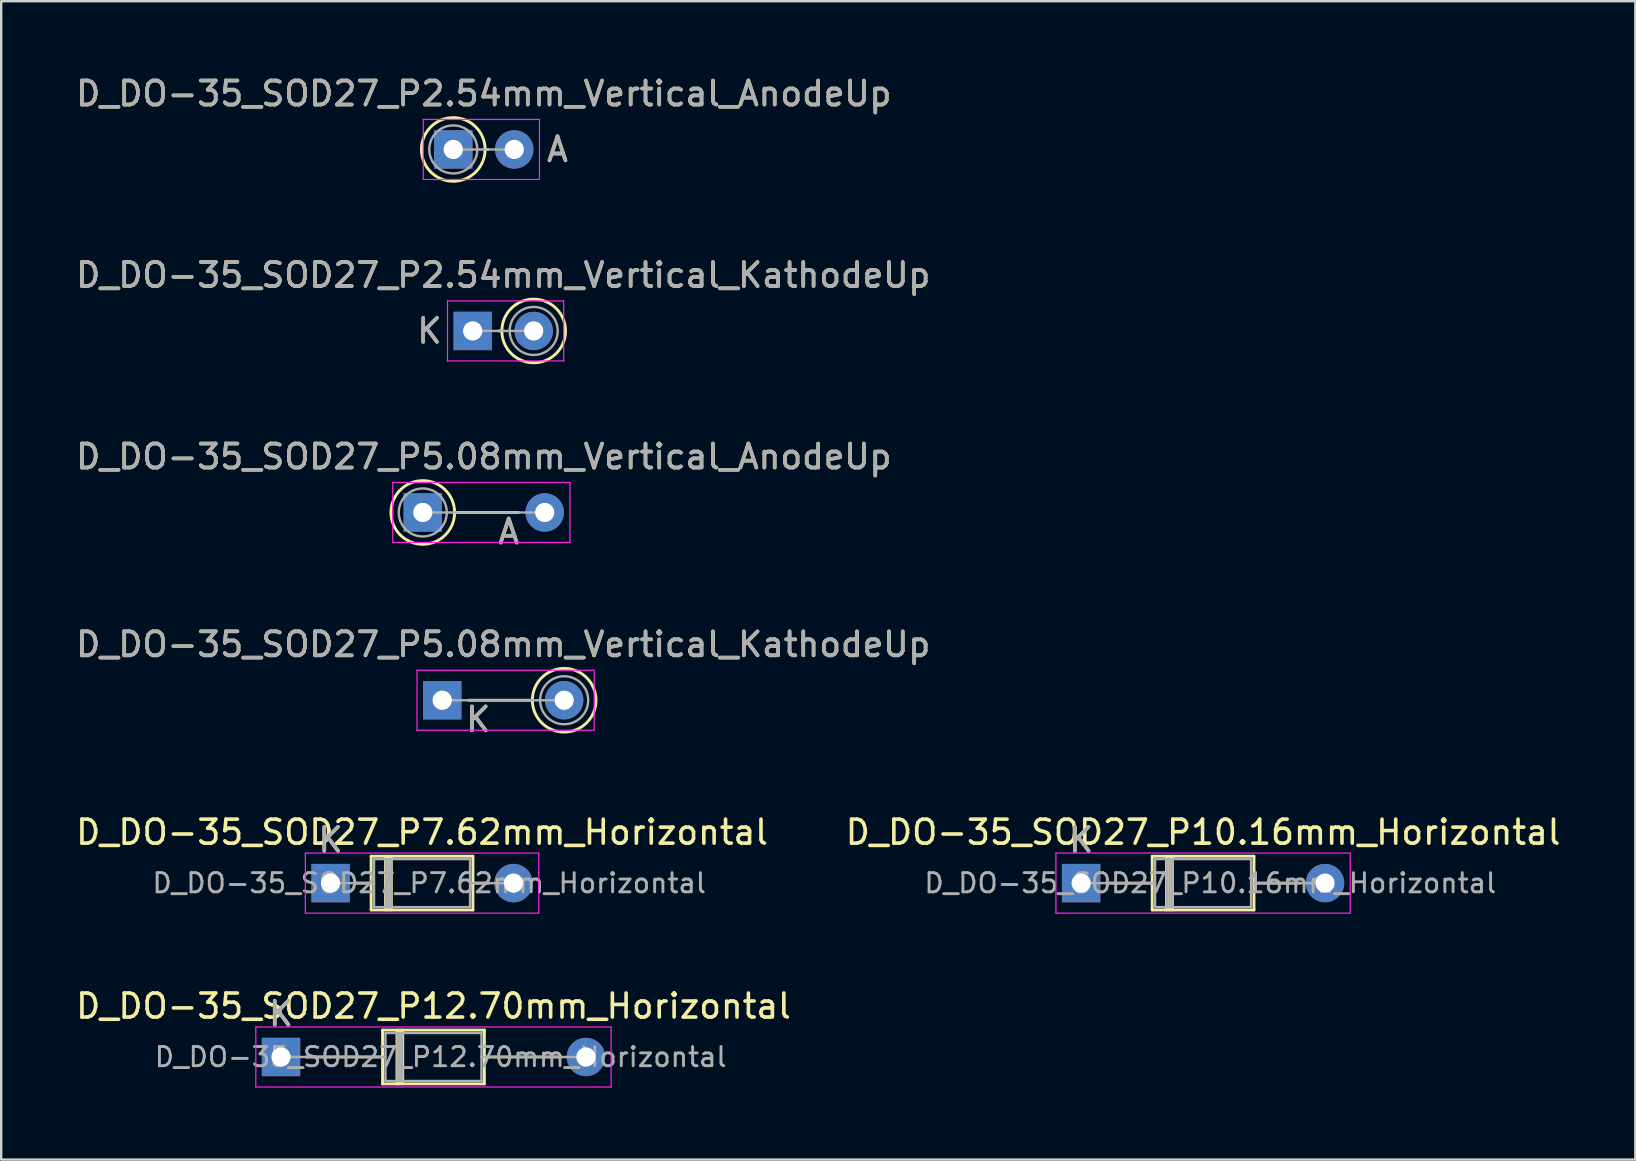
<source format=kicad_pcb>
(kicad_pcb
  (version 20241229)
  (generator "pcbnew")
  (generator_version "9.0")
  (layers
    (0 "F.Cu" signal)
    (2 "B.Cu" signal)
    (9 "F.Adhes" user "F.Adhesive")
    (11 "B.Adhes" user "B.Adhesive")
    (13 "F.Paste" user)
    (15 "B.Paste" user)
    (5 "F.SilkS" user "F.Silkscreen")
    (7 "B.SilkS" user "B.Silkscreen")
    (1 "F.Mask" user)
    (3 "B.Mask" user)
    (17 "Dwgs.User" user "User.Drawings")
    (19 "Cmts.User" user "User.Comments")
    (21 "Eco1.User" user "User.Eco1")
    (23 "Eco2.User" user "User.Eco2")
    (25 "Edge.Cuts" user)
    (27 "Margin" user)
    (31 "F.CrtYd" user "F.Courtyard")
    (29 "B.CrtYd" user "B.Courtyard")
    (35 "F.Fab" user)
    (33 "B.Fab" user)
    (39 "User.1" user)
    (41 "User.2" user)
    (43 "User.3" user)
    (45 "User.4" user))
  (footprint "D_DO-35_SOD27_P2.54mm_Vertical_AnodeUp"
    (layer "F.Cu")
    (at 15.831 3.175)
    (property "Reference" "D_DO-35_SOD27_P2.54mm_Vertical_AnodeUp" (at 1.27 -2.326 0) (layer "F.SilkS") (effects (font (size 1 1) (thickness 0.15))))
    (attr through_hole)
    (fp_line (start 1.326 0) (end 1.44 0) (stroke (width 0.12) (type solid)) (layer "F.SilkS"))
    (fp_circle (center 0 0) (end 1.326 0) (stroke (width 0.12) (type solid)) (fill no) (layer "F.SilkS"))
    (fp_line (start -1.25 -1.25) (end -1.25 1.25) (stroke (width 0.05) (type solid)) (layer "F.CrtYd"))
    (fp_line (start -1.25 1.25) (end 3.59 1.25) (stroke (width 0.05) (type solid)) (layer "F.CrtYd"))
    (fp_line (start 3.59 -1.25) (end -1.25 -1.25) (stroke (width 0.05) (type solid)) (layer "F.CrtYd"))
    (fp_line (start 3.59 1.25) (end 3.59 -1.25) (stroke (width 0.05) (type solid)) (layer "F.CrtYd"))
    (fp_line (start 0 0) (end 2.54 0) (stroke (width 0.1) (type solid)) (layer "F.Fab"))
    (fp_circle (center 0 0) (end 1 0) (stroke (width 0.1) (type solid)) (fill no) (layer "F.Fab"))
    (fp_text user "A" (at 4.34 0 0) (layer "F.SilkS") (effects (font (size 1 1) (thickness 0.15))))
    (fp_text user "${REFERENCE}" (at 1.27 -2.326 0) (layer "F.Fab") (effects (font (size 1 1) (thickness 0.15))))
    (fp_text user "A" (at 4.34 0 0) (layer "F.Fab") (effects (font (size 1 1) (thickness 0.15))))
    (pad "1" thru_hole rect (at 0 0) (size 1.6 1.6) (drill 0.8) (layers "*.Cu" "*.Mask"))
    (pad "2" thru_hole oval (at 2.54 0) (size 1.6 1.6) (drill 0.8) (layers "*.Cu" "*.Mask")))
  (footprint "D_DO-35_SOD27_P12.70mm_Horizontal"
    (layer "F.Cu")
    (at 8.656 40.979)
    (property "Reference" "D_DO-35_SOD27_P12.70mm_Horizontal" (at 6.35 -2.12 0) (layer "F.SilkS") (effects (font (size 1 1) (thickness 0.15))))
    (attr through_hole)
    (fp_line (start 1.04 0) (end 4.23 0) (stroke (width 0.12) (type solid)) (layer "F.SilkS"))
    (fp_line (start 4.23 -1.12) (end 4.23 1.12) (stroke (width 0.12) (type solid)) (layer "F.SilkS"))
    (fp_line (start 4.23 1.12) (end 8.47 1.12) (stroke (width 0.12) (type solid)) (layer "F.SilkS"))
    (fp_line (start 4.83 -1.12) (end 4.83 1.12) (stroke (width 0.12) (type solid)) (layer "F.SilkS"))
    (fp_line (start 4.95 -1.12) (end 4.95 1.12) (stroke (width 0.12) (type solid)) (layer "F.SilkS"))
    (fp_line (start 5.07 -1.12) (end 5.07 1.12) (stroke (width 0.12) (type solid)) (layer "F.SilkS"))
    (fp_line (start 8.47 -1.12) (end 4.23 -1.12) (stroke (width 0.12) (type solid)) (layer "F.SilkS"))
    (fp_line (start 8.47 1.12) (end 8.47 -1.12) (stroke (width 0.12) (type solid)) (layer "F.SilkS"))
    (fp_line (start 11.66 0) (end 8.47 0) (stroke (width 0.12) (type solid)) (layer "F.SilkS"))
    (fp_line (start -1.05 -1.25) (end -1.05 1.25) (stroke (width 0.05) (type solid)) (layer "F.CrtYd"))
    (fp_line (start -1.05 1.25) (end 13.75 1.25) (stroke (width 0.05) (type solid)) (layer "F.CrtYd"))
    (fp_line (start 13.75 -1.25) (end -1.05 -1.25) (stroke (width 0.05) (type solid)) (layer "F.CrtYd"))
    (fp_line (start 13.75 1.25) (end 13.75 -1.25) (stroke (width 0.05) (type solid)) (layer "F.CrtYd"))
    (fp_line (start 0 0) (end 4.35 0) (stroke (width 0.1) (type solid)) (layer "F.Fab"))
    (fp_line (start 4.35 -1) (end 4.35 1) (stroke (width 0.1) (type solid)) (layer "F.Fab"))
    (fp_line (start 4.35 1) (end 8.35 1) (stroke (width 0.1) (type solid)) (layer "F.Fab"))
    (fp_line (start 4.85 -1) (end 4.85 1) (stroke (width 0.1) (type solid)) (layer "F.Fab"))
    (fp_line (start 4.95 -1) (end 4.95 1) (stroke (width 0.1) (type solid)) (layer "F.Fab"))
    (fp_line (start 5.05 -1) (end 5.05 1) (stroke (width 0.1) (type solid)) (layer "F.Fab"))
    (fp_line (start 8.35 -1) (end 4.35 -1) (stroke (width 0.1) (type solid)) (layer "F.Fab"))
    (fp_line (start 8.35 1) (end 8.35 -1) (stroke (width 0.1) (type solid)) (layer "F.Fab"))
    (fp_line (start 12.7 0) (end 8.35 0) (stroke (width 0.1) (type solid)) (layer "F.Fab"))
    (fp_text user "K" (at 0 -1.8 0) (layer "F.SilkS") (effects (font (size 1 1) (thickness 0.15))))
    (fp_text user "K" (at 0 -1.8 0) (layer "F.Fab") (effects (font (size 1 1) (thickness 0.15))))
    (fp_text user "${REFERENCE}" (at 6.65 0 0) (layer "F.Fab") (effects (font (size 0.8 0.8) (thickness 0.12))))
    (pad "1" thru_hole rect (at 0 0) (size 1.6 1.6) (drill 0.8) (layers "*.Cu" "*.Mask"))
    (pad "2" thru_hole oval (at 12.7 0) (size 1.6 1.6) (drill 0.8) (layers "*.Cu" "*.Mask")))
  (footprint "D_DO-35_SOD27_P7.62mm_Horizontal"
    (layer "F.Cu")
    (at 10.72 33.736)
    (property "Reference" "D_DO-35_SOD27_P7.62mm_Horizontal" (at 3.81 -2.12 0) (layer "F.SilkS") (effects (font (size 1 1) (thickness 0.15))))
    (attr through_hole)
    (fp_line (start 1.04 0) (end 1.69 0) (stroke (width 0.12) (type solid)) (layer "F.SilkS"))
    (fp_line (start 1.69 -1.12) (end 1.69 1.12) (stroke (width 0.12) (type solid)) (layer "F.SilkS"))
    (fp_line (start 1.69 1.12) (end 5.93 1.12) (stroke (width 0.12) (type solid)) (layer "F.SilkS"))
    (fp_line (start 2.29 -1.12) (end 2.29 1.12) (stroke (width 0.12) (type solid)) (layer "F.SilkS"))
    (fp_line (start 2.41 -1.12) (end 2.41 1.12) (stroke (width 0.12) (type solid)) (layer "F.SilkS"))
    (fp_line (start 2.53 -1.12) (end 2.53 1.12) (stroke (width 0.12) (type solid)) (layer "F.SilkS"))
    (fp_line (start 5.93 -1.12) (end 1.69 -1.12) (stroke (width 0.12) (type solid)) (layer "F.SilkS"))
    (fp_line (start 5.93 1.12) (end 5.93 -1.12) (stroke (width 0.12) (type solid)) (layer "F.SilkS"))
    (fp_line (start 6.58 0) (end 5.93 0) (stroke (width 0.12) (type solid)) (layer "F.SilkS"))
    (fp_line (start -1.05 -1.25) (end -1.05 1.25) (stroke (width 0.05) (type solid)) (layer "F.CrtYd"))
    (fp_line (start -1.05 1.25) (end 8.67 1.25) (stroke (width 0.05) (type solid)) (layer "F.CrtYd"))
    (fp_line (start 8.67 -1.25) (end -1.05 -1.25) (stroke (width 0.05) (type solid)) (layer "F.CrtYd"))
    (fp_line (start 8.67 1.25) (end 8.67 -1.25) (stroke (width 0.05) (type solid)) (layer "F.CrtYd"))
    (fp_line (start 0 0) (end 1.81 0) (stroke (width 0.1) (type solid)) (layer "F.Fab"))
    (fp_line (start 1.81 -1) (end 1.81 1) (stroke (width 0.1) (type solid)) (layer "F.Fab"))
    (fp_line (start 1.81 1) (end 5.81 1) (stroke (width 0.1) (type solid)) (layer "F.Fab"))
    (fp_line (start 2.31 -1) (end 2.31 1) (stroke (width 0.1) (type solid)) (layer "F.Fab"))
    (fp_line (start 2.41 -1) (end 2.41 1) (stroke (width 0.1) (type solid)) (layer "F.Fab"))
    (fp_line (start 2.51 -1) (end 2.51 1) (stroke (width 0.1) (type solid)) (layer "F.Fab"))
    (fp_line (start 5.81 -1) (end 1.81 -1) (stroke (width 0.1) (type solid)) (layer "F.Fab"))
    (fp_line (start 5.81 1) (end 5.81 -1) (stroke (width 0.1) (type solid)) (layer "F.Fab"))
    (fp_line (start 7.62 0) (end 5.81 0) (stroke (width 0.1) (type solid)) (layer "F.Fab"))
    (fp_text user "K" (at 0 -1.8 0) (layer "F.SilkS") (effects (font (size 1 1) (thickness 0.15))))
    (fp_text user "K" (at 0 -1.8 0) (layer "F.Fab") (effects (font (size 1 1) (thickness 0.15))))
    (fp_text user "${REFERENCE}" (at 4.11 0 0) (layer "F.Fab") (effects (font (size 0.8 0.8) (thickness 0.12))))
    (pad "1" thru_hole rect (at 0 0) (size 1.6 1.6) (drill 0.8) (layers "*.Cu" "*.Mask"))
    (pad "2" thru_hole oval (at 7.62 0) (size 1.6 1.6) (drill 0.8) (layers "*.Cu" "*.Mask")))
  (footprint "D_DO-35_SOD27_P5.08mm_Vertical_AnodeUp"
    (layer "F.Cu")
    (at 14.561 18.297)
    (property "Reference" "D_DO-35_SOD27_P5.08mm_Vertical_AnodeUp" (at 2.54 -2.326 0) (layer "F.SilkS") (effects (font (size 1 1) (thickness 0.15))))
    (attr through_hole)
    (fp_line (start 1.326 0) (end 3.98 0) (stroke (width 0.12) (type solid)) (layer "F.SilkS"))
    (fp_circle (center 0 0) (end 1.326 0) (stroke (width 0.12) (type solid)) (fill no) (layer "F.SilkS"))
    (fp_line (start -1.25 -1.25) (end -1.25 1.25) (stroke (width 0.05) (type solid)) (layer "F.CrtYd"))
    (fp_line (start -1.25 1.25) (end 6.13 1.25) (stroke (width 0.05) (type solid)) (layer "F.CrtYd"))
    (fp_line (start 6.13 -1.25) (end -1.25 -1.25) (stroke (width 0.05) (type solid)) (layer "F.CrtYd"))
    (fp_line (start 6.13 1.25) (end 6.13 -1.25) (stroke (width 0.05) (type solid)) (layer "F.CrtYd"))
    (fp_line (start 0 0) (end 5.08 0) (stroke (width 0.1) (type solid)) (layer "F.Fab"))
    (fp_circle (center 0 0) (end 1 0) (stroke (width 0.1) (type solid)) (fill no) (layer "F.Fab"))
    (fp_text user "A" (at 3.58 0.8 0) (layer "F.SilkS") (effects (font (size 1 1) (thickness 0.15))))
    (fp_text user "${REFERENCE}" (at 2.54 -2.326 0) (layer "F.Fab") (effects (font (size 1 1) (thickness 0.15))))
    (fp_text user "A" (at 3.58 0.8 0) (layer "F.Fab") (effects (font (size 1 1) (thickness 0.15))))
    (pad "1" thru_hole rect (at 0 0) (size 1.6 1.6) (drill 0.8) (layers "*.Cu" "*.Mask"))
    (pad "2" thru_hole oval (at 5.08 0) (size 1.6 1.6) (drill 0.8) (layers "*.Cu" "*.Mask")))
  (footprint "D_DO-35_SOD27_P10.16mm_Horizontal"
    (layer "F.Cu")
    (at 41.985 33.736)
    (property "Reference" "D_DO-35_SOD27_P10.16mm_Horizontal" (at 5.08 -2.12 0) (layer "F.SilkS") (effects (font (size 1 1) (thickness 0.15))))
    (attr through_hole)
    (fp_line (start 1.04 0) (end 2.96 0) (stroke (width 0.12) (type solid)) (layer "F.SilkS"))
    (fp_line (start 2.96 -1.12) (end 2.96 1.12) (stroke (width 0.12) (type solid)) (layer "F.SilkS"))
    (fp_line (start 2.96 1.12) (end 7.2 1.12) (stroke (width 0.12) (type solid)) (layer "F.SilkS"))
    (fp_line (start 3.56 -1.12) (end 3.56 1.12) (stroke (width 0.12) (type solid)) (layer "F.SilkS"))
    (fp_line (start 3.68 -1.12) (end 3.68 1.12) (stroke (width 0.12) (type solid)) (layer "F.SilkS"))
    (fp_line (start 3.8 -1.12) (end 3.8 1.12) (stroke (width 0.12) (type solid)) (layer "F.SilkS"))
    (fp_line (start 7.2 -1.12) (end 2.96 -1.12) (stroke (width 0.12) (type solid)) (layer "F.SilkS"))
    (fp_line (start 7.2 1.12) (end 7.2 -1.12) (stroke (width 0.12) (type solid)) (layer "F.SilkS"))
    (fp_line (start 9.12 0) (end 7.2 0) (stroke (width 0.12) (type solid)) (layer "F.SilkS"))
    (fp_line (start -1.05 -1.25) (end -1.05 1.25) (stroke (width 0.05) (type solid)) (layer "F.CrtYd"))
    (fp_line (start -1.05 1.25) (end 11.21 1.25) (stroke (width 0.05) (type solid)) (layer "F.CrtYd"))
    (fp_line (start 11.21 -1.25) (end -1.05 -1.25) (stroke (width 0.05) (type solid)) (layer "F.CrtYd"))
    (fp_line (start 11.21 1.25) (end 11.21 -1.25) (stroke (width 0.05) (type solid)) (layer "F.CrtYd"))
    (fp_line (start 0 0) (end 3.08 0) (stroke (width 0.1) (type solid)) (layer "F.Fab"))
    (fp_line (start 3.08 -1) (end 3.08 1) (stroke (width 0.1) (type solid)) (layer "F.Fab"))
    (fp_line (start 3.08 1) (end 7.08 1) (stroke (width 0.1) (type solid)) (layer "F.Fab"))
    (fp_line (start 3.58 -1) (end 3.58 1) (stroke (width 0.1) (type solid)) (layer "F.Fab"))
    (fp_line (start 3.68 -1) (end 3.68 1) (stroke (width 0.1) (type solid)) (layer "F.Fab"))
    (fp_line (start 3.78 -1) (end 3.78 1) (stroke (width 0.1) (type solid)) (layer "F.Fab"))
    (fp_line (start 7.08 -1) (end 3.08 -1) (stroke (width 0.1) (type solid)) (layer "F.Fab"))
    (fp_line (start 7.08 1) (end 7.08 -1) (stroke (width 0.1) (type solid)) (layer "F.Fab"))
    (fp_line (start 10.16 0) (end 7.08 0) (stroke (width 0.1) (type solid)) (layer "F.Fab"))
    (fp_text user "K" (at 0 -1.8 0) (layer "F.SilkS") (effects (font (size 1 1) (thickness 0.15))))
    (fp_text user "K" (at 0 -1.8 0) (layer "F.Fab") (effects (font (size 1 1) (thickness 0.15))))
    (fp_text user "${REFERENCE}" (at 5.38 0 0) (layer "F.Fab") (effects (font (size 0.8 0.8) (thickness 0.12))))
    (pad "1" thru_hole rect (at 0 0) (size 1.6 1.6) (drill 0.8) (layers "*.Cu" "*.Mask"))
    (pad "2" thru_hole oval (at 10.16 0) (size 1.6 1.6) (drill 0.8) (layers "*.Cu" "*.Mask")))
  (footprint "D_DO-35_SOD27_P2.54mm_Vertical_KathodeUp"
    (layer "F.Cu")
    (at 16.641 10.736)
    (property "Reference" "D_DO-35_SOD27_P2.54mm_Vertical_KathodeUp" (at 1.27 -2.326 0) (layer "F.SilkS") (effects (font (size 1 1) (thickness 0.15))))
    (attr through_hole)
    (fp_line (start 1.214 0) (end 1.1 0) (stroke (width 0.12) (type solid)) (layer "F.SilkS"))
    (fp_circle (center 2.54 0) (end 3.866 0) (stroke (width 0.12) (type solid)) (fill no) (layer "F.SilkS"))
    (fp_line (start -1.05 -1.25) (end -1.05 1.25) (stroke (width 0.05) (type solid)) (layer "F.CrtYd"))
    (fp_line (start -1.05 1.25) (end 3.79 1.25) (stroke (width 0.05) (type solid)) (layer "F.CrtYd"))
    (fp_line (start 3.79 -1.25) (end -1.05 -1.25) (stroke (width 0.05) (type solid)) (layer "F.CrtYd"))
    (fp_line (start 3.79 1.25) (end 3.79 -1.25) (stroke (width 0.05) (type solid)) (layer "F.CrtYd"))
    (fp_line (start 0 0) (end 2.54 0) (stroke (width 0.1) (type solid)) (layer "F.Fab"))
    (fp_circle (center 2.54 0) (end 3.54 0) (stroke (width 0.1) (type solid)) (fill no) (layer "F.Fab"))
    (fp_text user "K" (at -1.8 0 0) (layer "F.SilkS") (effects (font (size 1 1) (thickness 0.15))))
    (fp_text user "K" (at -1.8 0 0) (layer "F.Fab") (effects (font (size 1 1) (thickness 0.15))))
    (fp_text user "${REFERENCE}" (at 1.27 -2.326 0) (layer "F.Fab") (effects (font (size 1 1) (thickness 0.15))))
    (pad "1" thru_hole rect (at 0 0) (size 1.6 1.6) (drill 0.8) (layers "*.Cu" "*.Mask"))
    (pad "2" thru_hole oval (at 2.54 0) (size 1.6 1.6) (drill 0.8) (layers "*.Cu" "*.Mask")))
  (footprint "D_DO-35_SOD27_P5.08mm_Vertical_KathodeUp"
    (layer "F.Cu")
    (at 15.371 26.119)
    (property "Reference" "D_DO-35_SOD27_P5.08mm_Vertical_KathodeUp" (at 2.54 -2.326 0) (layer "F.SilkS") (effects (font (size 1 1) (thickness 0.15))))
    (attr through_hole)
    (fp_line (start 3.754 0) (end 1.1 0) (stroke (width 0.12) (type solid)) (layer "F.SilkS"))
    (fp_circle (center 5.08 0) (end 6.406 0) (stroke (width 0.12) (type solid)) (fill no) (layer "F.SilkS"))
    (fp_line (start -1.05 -1.25) (end -1.05 1.25) (stroke (width 0.05) (type solid)) (layer "F.CrtYd"))
    (fp_line (start -1.05 1.25) (end 6.33 1.25) (stroke (width 0.05) (type solid)) (layer "F.CrtYd"))
    (fp_line (start 6.33 -1.25) (end -1.05 -1.25) (stroke (width 0.05) (type solid)) (layer "F.CrtYd"))
    (fp_line (start 6.33 1.25) (end 6.33 -1.25) (stroke (width 0.05) (type solid)) (layer "F.CrtYd"))
    (fp_line (start 0 0) (end 5.08 0) (stroke (width 0.1) (type solid)) (layer "F.Fab"))
    (fp_circle (center 5.08 0) (end 6.08 0) (stroke (width 0.1) (type solid)) (fill no) (layer "F.Fab"))
    (fp_text user "K" (at 1.5 0.8 0) (layer "F.SilkS") (effects (font (size 1 1) (thickness 0.15))))
    (fp_text user "${REFERENCE}" (at 2.54 -2.326 0) (layer "F.Fab") (effects (font (size 1 1) (thickness 0.15))))
    (fp_text user "K" (at 1.5 0.8 0) (layer "F.Fab") (effects (font (size 1 1) (thickness 0.15))))
    (pad "1" thru_hole rect (at 0 0) (size 1.6 1.6) (drill 0.8) (layers "*.Cu" "*.Mask"))
    (pad "2" thru_hole oval (at 5.08 0) (size 1.6 1.6) (drill 0.8) (layers "*.Cu" "*.Mask")))
  (gr_rect
    (start -3 -3)
    (end 65.071 45.254)
    (stroke (width 0.1) (type default))
    (fill no)
    (layer "Edge.Cuts")))
</source>
